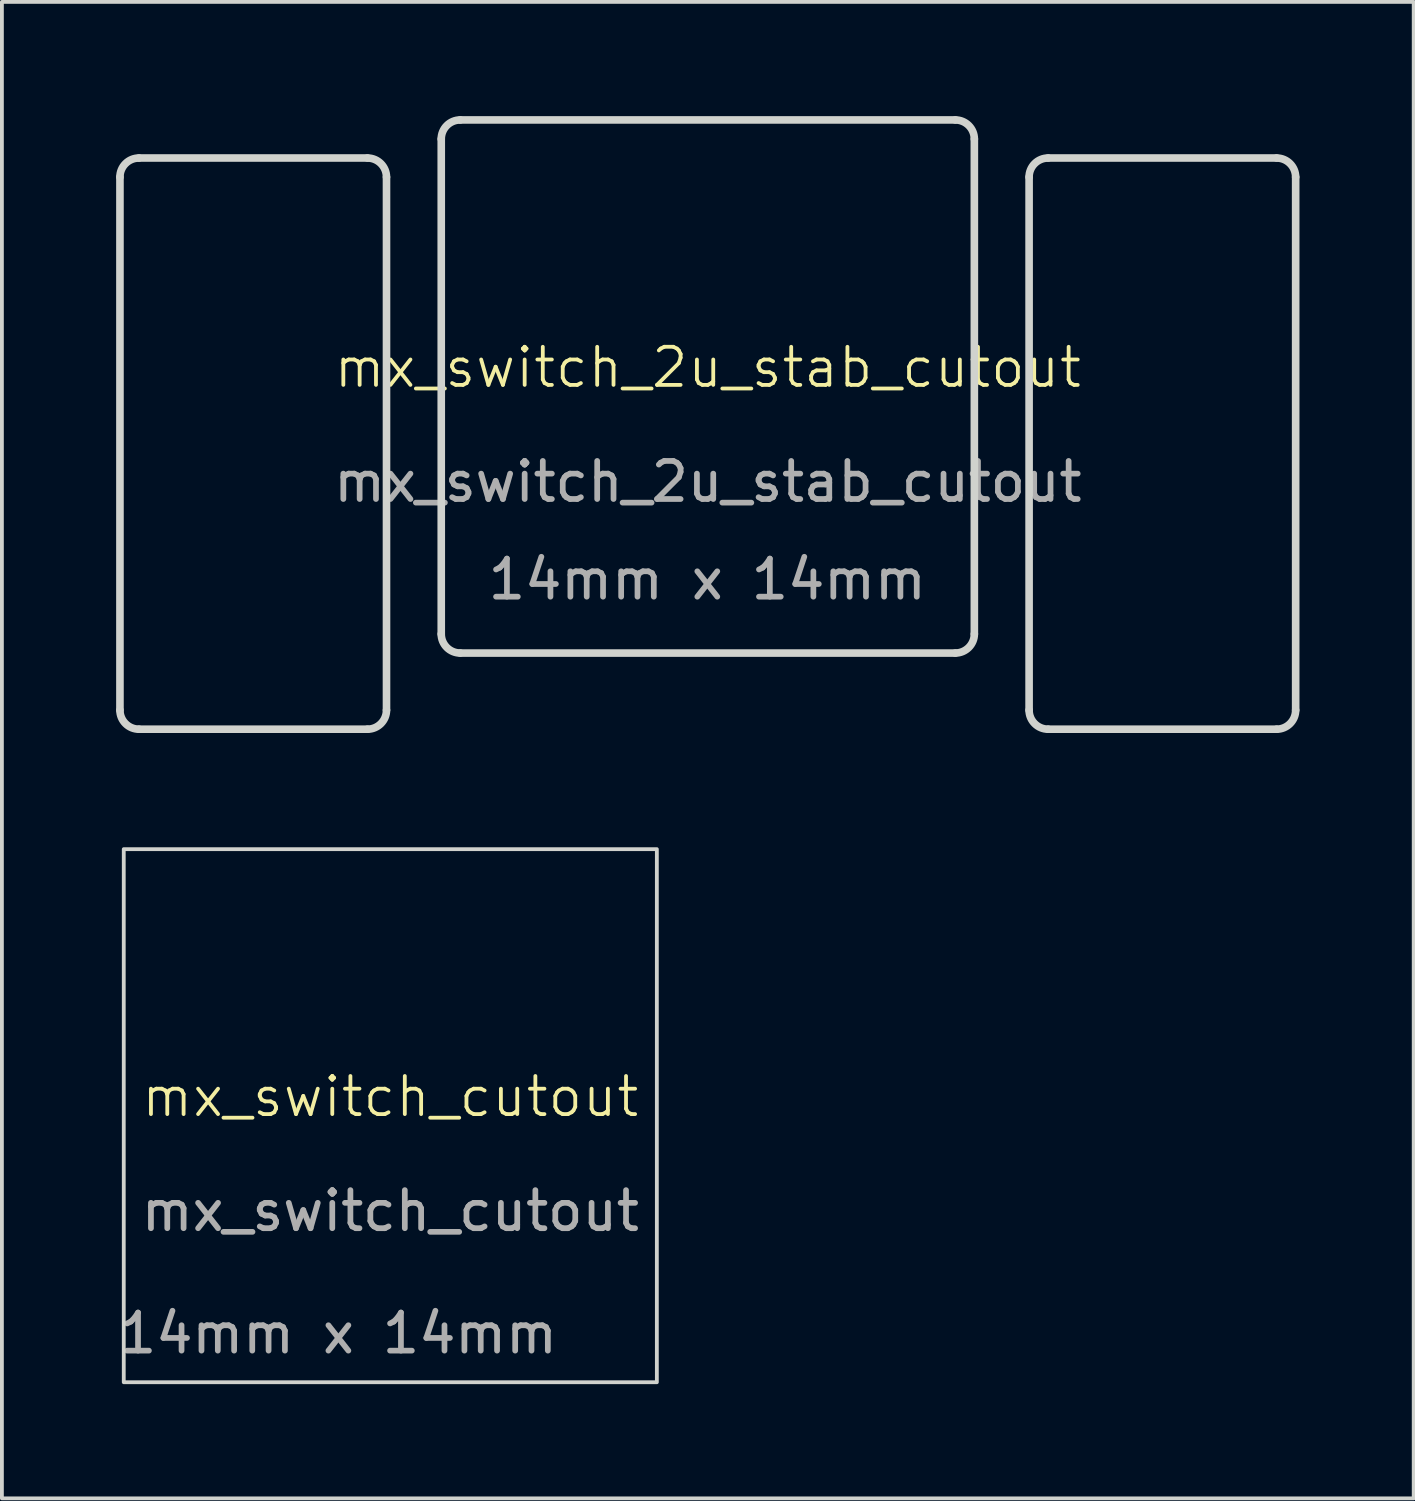
<source format=kicad_pcb>
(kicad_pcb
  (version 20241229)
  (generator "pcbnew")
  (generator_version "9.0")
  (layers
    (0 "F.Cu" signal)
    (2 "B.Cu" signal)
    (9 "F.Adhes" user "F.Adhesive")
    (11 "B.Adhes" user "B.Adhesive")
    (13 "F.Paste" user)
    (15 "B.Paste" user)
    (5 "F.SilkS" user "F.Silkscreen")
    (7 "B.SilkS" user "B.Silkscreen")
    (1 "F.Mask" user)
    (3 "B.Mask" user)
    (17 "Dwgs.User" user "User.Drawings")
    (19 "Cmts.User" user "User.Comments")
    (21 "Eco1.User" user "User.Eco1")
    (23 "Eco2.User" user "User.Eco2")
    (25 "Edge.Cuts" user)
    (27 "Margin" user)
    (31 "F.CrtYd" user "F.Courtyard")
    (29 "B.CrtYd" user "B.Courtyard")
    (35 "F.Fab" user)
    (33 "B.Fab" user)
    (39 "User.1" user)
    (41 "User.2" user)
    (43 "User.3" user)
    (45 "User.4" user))
  (footprint "mx_switch_cutout"
    (layer "F.Cu")
    (at 7.2 26.25)
    (property "Reference" "mx_switch_cutout" (at 0 -0.5 0) (unlocked yes) (layer "F.SilkS") (effects (font (size 1 1) (thickness 0.1))))
    (fp_rect (start -7 -7) (end 7 7) (stroke (width 0.1) (type default)) (fill no) (layer "Edge.Cuts"))
    (fp_text user "14mm x 14mm" (at -7.2 6.3 0) (unlocked yes) (layer "F.Fab") (effects (font (size 1 1) (thickness 0.15)) (justify left bottom)))
    (fp_text user "${REFERENCE}" (at 0 2.5 0) (unlocked yes) (layer "F.Fab") (effects (font (size 1 1) (thickness 0.15)))))
  (footprint "mx_switch_2u_stab_cutout"
    (layer "F.Cu")
    (at 15.538 7.1)
    (property "Reference" "mx_switch_2u_stab_cutout" (at 0 -0.5 0) (unlocked yes) (layer "F.SilkS") (effects (font (size 1 1) (thickness 0.1))))
    (fp_line (start -15.438 8.5) (end -15.438 -5.5) (stroke (width 0.2) (type solid)) (layer "Edge.Cuts"))
    (fp_line (start -14.938 -6) (end -8.938 -6) (stroke (width 0.2) (type solid)) (layer "Edge.Cuts"))
    (fp_line (start -8.938 9) (end -14.938 9) (stroke (width 0.2) (type solid)) (layer "Edge.Cuts"))
    (fp_line (start -8.438 -5.5) (end -8.438 8.5) (stroke (width 0.2) (type solid)) (layer "Edge.Cuts"))
    (fp_line (start -7 6.5) (end -7 -6.5) (stroke (width 0.2) (type solid)) (layer "Edge.Cuts"))
    (fp_line (start -6.5 -7) (end 6.5 -7) (stroke (width 0.2) (type solid)) (layer "Edge.Cuts"))
    (fp_line (start 6.5 7) (end -6.5 7) (stroke (width 0.2) (type solid)) (layer "Edge.Cuts"))
    (fp_line (start 7 -6.5) (end 7 6.5) (stroke (width 0.2) (type solid)) (layer "Edge.Cuts"))
    (fp_line (start 8.438 8.5) (end 8.438 -5.5) (stroke (width 0.2) (type solid)) (layer "Edge.Cuts"))
    (fp_line (start 8.938 -6) (end 14.938 -6) (stroke (width 0.2) (type solid)) (layer "Edge.Cuts"))
    (fp_line (start 14.938 9) (end 8.938 9) (stroke (width 0.2) (type solid)) (layer "Edge.Cuts"))
    (fp_line (start 15.438 -5.5) (end 15.438 8.5) (stroke (width 0.2) (type solid)) (layer "Edge.Cuts"))
    (fp_arc (start -15.438302 -5.5) (mid -15.291869 -5.853568) (end -14.938301 -6) (stroke (width 0.2) (type solid)) (layer "Edge.Cuts"))
    (fp_arc (start -14.9383 8.999999) (mid -15.291873 8.853571) (end -15.438301 8.499999) (stroke (width 0.2) (type solid)) (layer "Edge.Cuts"))
    (fp_arc (start -8.938301 -6) (mid -8.584766 -5.853535) (end -8.438301 -5.500001) (stroke (width 0.2) (type solid)) (layer "Edge.Cuts"))
    (fp_arc (start -8.438301 8.499999) (mid -8.584761 8.853539) (end -8.9383 8.999999) (stroke (width 0.2) (type solid)) (layer "Edge.Cuts"))
    (fp_arc (start -7.000301 -6.500001) (mid -6.853868 -6.853568) (end -6.500301 -7.000001) (stroke (width 0.2) (type solid)) (layer "Edge.Cuts"))
    (fp_arc (start -6.500301 6.999999) (mid -6.853872 6.853571) (end -7.000299 6.499999) (stroke (width 0.2) (type solid)) (layer "Edge.Cuts"))
    (fp_arc (start 6.4997 -7) (mid 6.853234 -6.853534) (end 6.999699 -6.5) (stroke (width 0.2) (type solid)) (layer "Edge.Cuts"))
    (fp_arc (start 6.9997 6.5) (mid 6.85324 6.85354) (end 6.4997 7) (stroke (width 0.2) (type solid)) (layer "Edge.Cuts"))
    (fp_arc (start 8.437699 -5.500001) (mid 8.584132 -5.853568) (end 8.937699 -6.000001) (stroke (width 0.2) (type solid)) (layer "Edge.Cuts"))
    (fp_arc (start 8.9377 9) (mid 8.584127 8.853572) (end 8.437699 8.5) (stroke (width 0.2) (type solid)) (layer "Edge.Cuts"))
    (fp_arc (start 14.937698 -6.000001) (mid 15.291233 -5.853536) (end 15.437699 -5.500001) (stroke (width 0.2) (type solid)) (layer "Edge.Cuts"))
    (fp_arc (start 15.437698 8.5) (mid 15.291238 8.853537) (end 14.937701 9) (stroke (width 0.2) (type solid)) (layer "Edge.Cuts"))
    (fp_text user "14mm x 14mm" (at -5.85 5.65 0) (unlocked yes) (layer "F.Fab") (effects (font (size 1 1) (thickness 0.15)) (justify left bottom)))
    (fp_text user "${REFERENCE}" (at 0 2.5 0) (unlocked yes) (layer "F.Fab") (effects (font (size 1 1) (thickness 0.15)))))
  (gr_rect
    (start -3 -3)
    (end 34.076 36.3)
    (stroke (width 0.1) (type default))
    (fill no)
    (layer "Edge.Cuts")))
</source>
